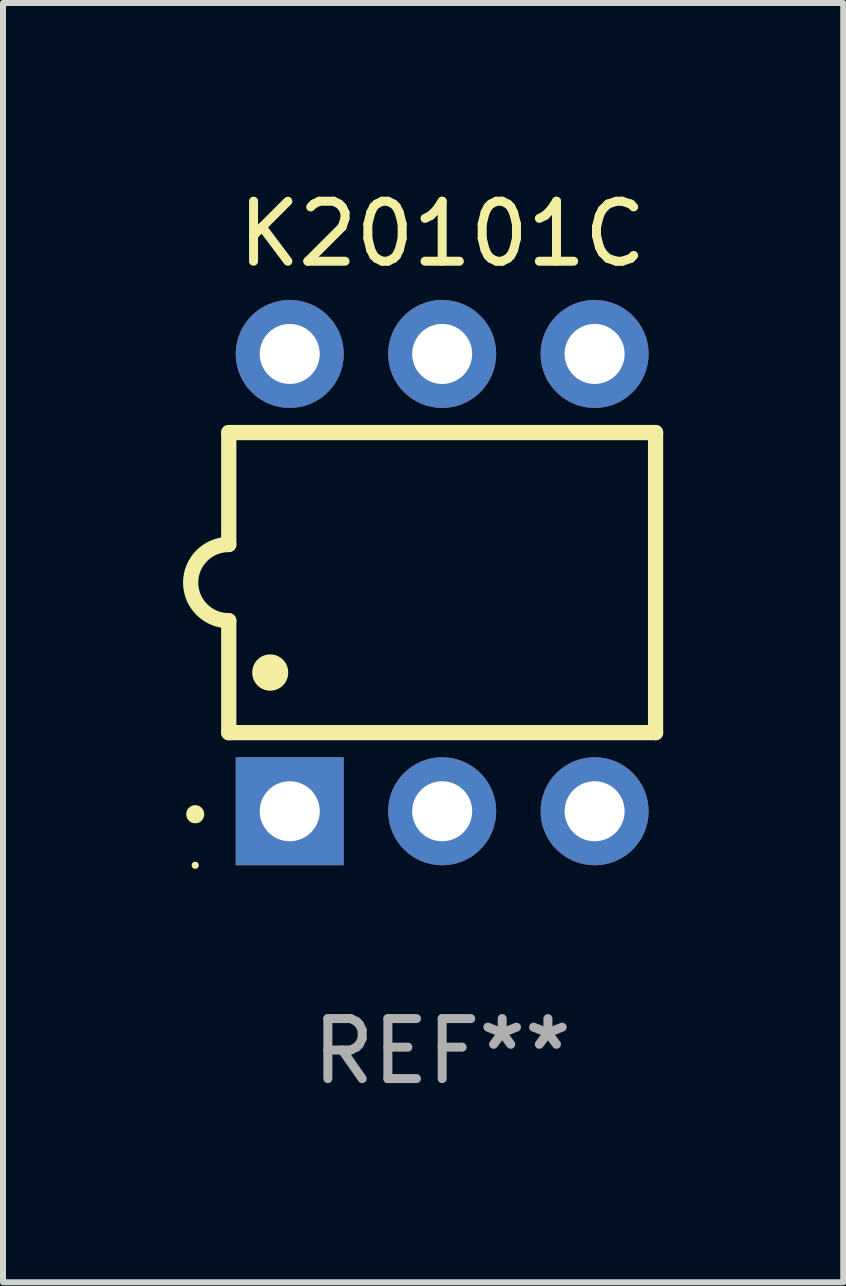
<source format=kicad_pcb>
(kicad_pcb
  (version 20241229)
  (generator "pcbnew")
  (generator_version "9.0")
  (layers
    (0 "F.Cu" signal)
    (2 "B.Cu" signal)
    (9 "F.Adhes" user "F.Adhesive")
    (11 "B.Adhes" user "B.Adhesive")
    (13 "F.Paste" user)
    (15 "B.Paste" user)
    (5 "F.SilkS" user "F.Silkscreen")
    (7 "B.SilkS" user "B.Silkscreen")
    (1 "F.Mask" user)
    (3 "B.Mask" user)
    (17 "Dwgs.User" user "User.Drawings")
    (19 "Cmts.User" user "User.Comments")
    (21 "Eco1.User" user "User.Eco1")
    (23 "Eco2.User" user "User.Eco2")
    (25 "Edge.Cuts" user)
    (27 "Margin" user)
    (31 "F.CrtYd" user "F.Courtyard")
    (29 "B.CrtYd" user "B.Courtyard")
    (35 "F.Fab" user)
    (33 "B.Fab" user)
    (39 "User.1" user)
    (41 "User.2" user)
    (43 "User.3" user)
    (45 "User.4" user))
  (footprint "K20101C"
    (layer "F.Cu")
    (at 4.318 6.658)
    (property "Reference" "K20101C" (at 0 -5.81 0) (layer "F.SilkS") (effects (font (size 1 1) (thickness 0.15))))
    (attr through_hole)
    (fp_line (start -3.556 -2.5) (end 3.556 -2.5) (stroke (width 0.254) (type solid)) (layer "F.SilkS"))
    (fp_line (start -3.556 -0.635) (end -3.556 -2.5) (stroke (width 0.254) (type solid)) (layer "F.SilkS"))
    (fp_line (start -3.556 0.635) (end -3.556 2.5) (stroke (width 0.254) (type solid)) (layer "F.SilkS"))
    (fp_line (start -3.556 2.5) (end 3.556 2.5) (stroke (width 0.254) (type solid)) (layer "F.SilkS"))
    (fp_line (start 3.556 -2.5) (end 3.556 2.5) (stroke (width 0.254) (type solid)) (layer "F.SilkS"))
    (fp_arc (start -4.114808 3.860808) (mid -4.114813 3.859538) (end -4.114808 3.858268) (stroke (width 0.3) (type solid)) (layer "F.SilkS"))
    (fp_arc (start -3.556007 0.635001) (mid -4.191008 0) (end -3.556007 -0.635001) (stroke (width 0.254001) (type solid)) (layer "F.SilkS"))
    (fp_arc (start -2.865405 1.501143) (mid -2.865416 1.498603) (end -2.865405 1.496063) (stroke (width 0.6) (type solid)) (layer "F.SilkS"))
    (fp_circle (center -4.115 4.71) (end -4.085 4.71) (stroke (width 0.06) (type solid)) (fill no) (layer "F.SilkS"))
    (fp_text user "REF**" (at 0 7.81 0) (layer "F.Fab") (effects (font (size 1 1) (thickness 0.15))))
    (pad "1" thru_hole rect (at -2.54 3.81 90) (size 1.8 1.8) (drill 1) (layers "*.Cu" "*.Mask"))
    (pad "2" thru_hole circle (at 0 3.81) (size 1.8 1.8) (drill 1) (layers "*.Cu" "*.Mask"))
    (pad "3" thru_hole circle (at 2.54 3.81) (size 1.8 1.8) (drill 1) (layers "*.Cu" "*.Mask"))
    (pad "4" thru_hole circle (at 2.54 -3.81) (size 1.8 1.8) (drill 1) (layers "*.Cu" "*.Mask"))
    (pad "5" thru_hole circle (at 0 -3.81) (size 1.8 1.8) (drill 1) (layers "*.Cu" "*.Mask"))
    (pad "6" thru_hole circle (at -2.54 -3.81) (size 1.8 1.8) (drill 1) (layers "*.Cu" "*.Mask")))
  (gr_rect
    (start -3 -3)
    (end 11.001 18.317)
    (stroke (width 0.1) (type default))
    (fill no)
    (layer "Edge.Cuts")))
</source>
